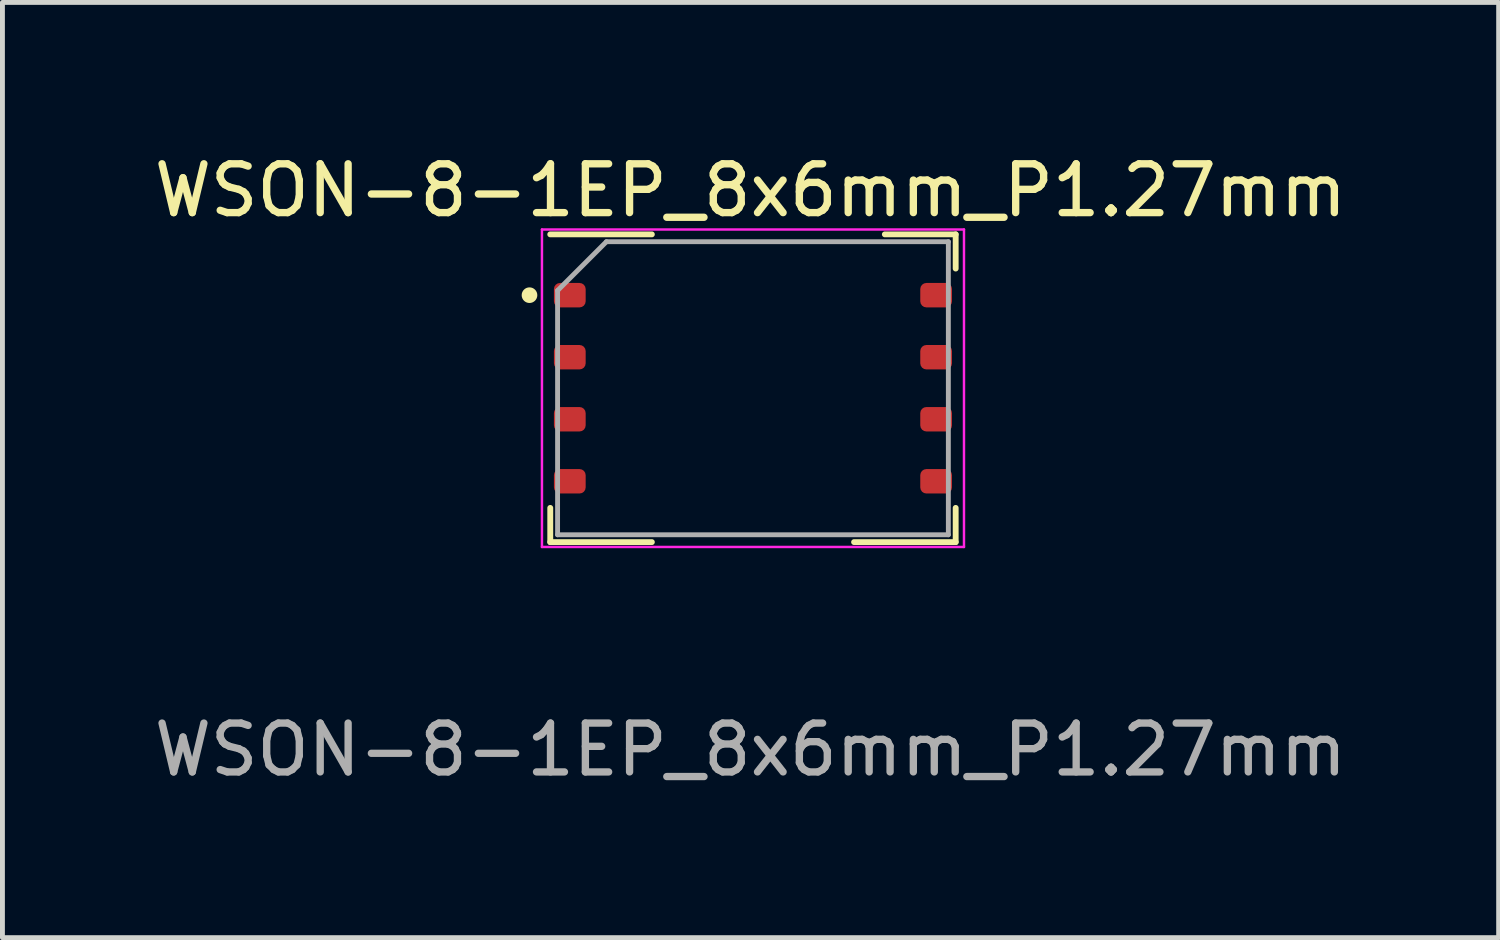
<source format=kicad_pcb>
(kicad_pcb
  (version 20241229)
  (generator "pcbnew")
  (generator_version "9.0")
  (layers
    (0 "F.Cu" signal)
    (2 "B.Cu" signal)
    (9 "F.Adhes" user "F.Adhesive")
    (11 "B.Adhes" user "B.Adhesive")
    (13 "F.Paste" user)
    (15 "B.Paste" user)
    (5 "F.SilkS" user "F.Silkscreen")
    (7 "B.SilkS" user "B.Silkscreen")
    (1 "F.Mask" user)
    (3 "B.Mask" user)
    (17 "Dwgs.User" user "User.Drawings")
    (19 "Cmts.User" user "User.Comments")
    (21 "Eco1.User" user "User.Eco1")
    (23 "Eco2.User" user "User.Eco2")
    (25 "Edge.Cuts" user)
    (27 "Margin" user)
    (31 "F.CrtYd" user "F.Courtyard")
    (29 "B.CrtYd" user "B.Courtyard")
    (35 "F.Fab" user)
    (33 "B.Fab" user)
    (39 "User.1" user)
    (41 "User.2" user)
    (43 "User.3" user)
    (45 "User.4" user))
  (footprint "WSON-8-1EP_8x6mm_P1.27mm"
    (layer "F.Cu")
    (at 12.315 4.898)
    (property "Reference" "WSON-8-1EP_8x6mm_P1.27mm" (at 0 -4.05 0) (unlocked yes) (layer "F.SilkS") (effects (font (size 1 1) (thickness 0.15))))
    (attr smd)
    (fp_line (start -4.1 -3.15) (end -2.02 -3.15) (stroke (width 0.12) (type solid)) (layer "F.SilkS"))
    (fp_line (start -4.1 3.15) (end -4.1 2.45) (stroke (width 0.12) (type default)) (layer "F.SilkS"))
    (fp_line (start -4.1 3.15) (end -2.02 3.15) (stroke (width 0.12) (type solid)) (layer "F.SilkS"))
    (fp_line (start 2.12 3.15) (end 4.2 3.15) (stroke (width 0.12) (type solid)) (layer "F.SilkS"))
    (fp_line (start 2.75 -3.15) (end 4.2 -3.15) (stroke (width 0.12) (type solid)) (layer "F.SilkS"))
    (fp_line (start 4.2 -2.45) (end 4.2 -3.15) (stroke (width 0.12) (type default)) (layer "F.SilkS"))
    (fp_line (start 4.2 3.15) (end 4.2 2.45) (stroke (width 0.12) (type default)) (layer "F.SilkS"))
    (fp_circle (center -4.525 -1.905) (end -4.425 -1.905) (stroke (width 0.12) (type solid)) (fill yes) (layer "F.SilkS"))
    (fp_line (start -4.27 -3.25) (end -4.27 3.25) (stroke (width 0.05) (type solid)) (layer "F.CrtYd"))
    (fp_line (start -4.27 3.25) (end 4.37 3.25) (stroke (width 0.05) (type solid)) (layer "F.CrtYd"))
    (fp_line (start 4.37 -3.25) (end -4.27 -3.25) (stroke (width 0.05) (type solid)) (layer "F.CrtYd"))
    (fp_line (start 4.37 3.25) (end 4.37 -3.25) (stroke (width 0.05) (type solid)) (layer "F.CrtYd"))
    (fp_line (start -3.95 -2) (end -2.95 -3) (stroke (width 0.1) (type solid)) (layer "F.Fab"))
    (fp_line (start -3.95 3) (end -3.95 -2) (stroke (width 0.1) (type solid)) (layer "F.Fab"))
    (fp_line (start -2.95 -3) (end 4.05 -3) (stroke (width 0.1) (type solid)) (layer "F.Fab"))
    (fp_line (start 4.05 -3) (end 4.05 3) (stroke (width 0.1) (type solid)) (layer "F.Fab"))
    (fp_line (start 4.05 3) (end -3.95 3) (stroke (width 0.1) (type solid)) (layer "F.Fab"))
    (fp_text user "${REFERENCE}" (at 0 7.4 0) (unlocked yes) (layer "F.Fab") (effects (font (size 1 1) (thickness 0.15))))
    (pad "1" smd roundrect (at -3.7 -1.905) (size 0.65 0.5) (layers "F.Cu" "F.Mask" "F.Paste") (roundrect_rratio 0.25))
    (pad "2" smd roundrect (at -3.7 -0.635) (size 0.65 0.5) (layers "F.Cu" "F.Mask" "F.Paste") (roundrect_rratio 0.25))
    (pad "3" smd roundrect (at -3.7 0.635) (size 0.65 0.5) (layers "F.Cu" "F.Mask" "F.Paste") (roundrect_rratio 0.25))
    (pad "4" smd roundrect (at -3.7 1.905) (size 0.65 0.5) (layers "F.Cu" "F.Mask" "F.Paste") (roundrect_rratio 0.25))
    (pad "5" smd roundrect (at 3.8 1.905) (size 0.65 0.5) (layers "F.Cu" "F.Mask" "F.Paste") (roundrect_rratio 0.25))
    (pad "6" smd roundrect (at 3.8 0.635) (size 0.65 0.5) (layers "F.Cu" "F.Mask" "F.Paste") (roundrect_rratio 0.25))
    (pad "7" smd roundrect (at 3.8 -0.635) (size 0.65 0.5) (layers "F.Cu" "F.Mask" "F.Paste") (roundrect_rratio 0.25))
    (pad "8" smd roundrect (at 3.8 -1.905) (size 0.65 0.5) (layers "F.Cu" "F.Mask" "F.Paste") (roundrect_rratio 0.25)))
  (gr_rect
    (start -3 -3)
    (end 27.631 16.146)
    (stroke (width 0.1) (type default))
    (fill no)
    (layer "Edge.Cuts")))
</source>
